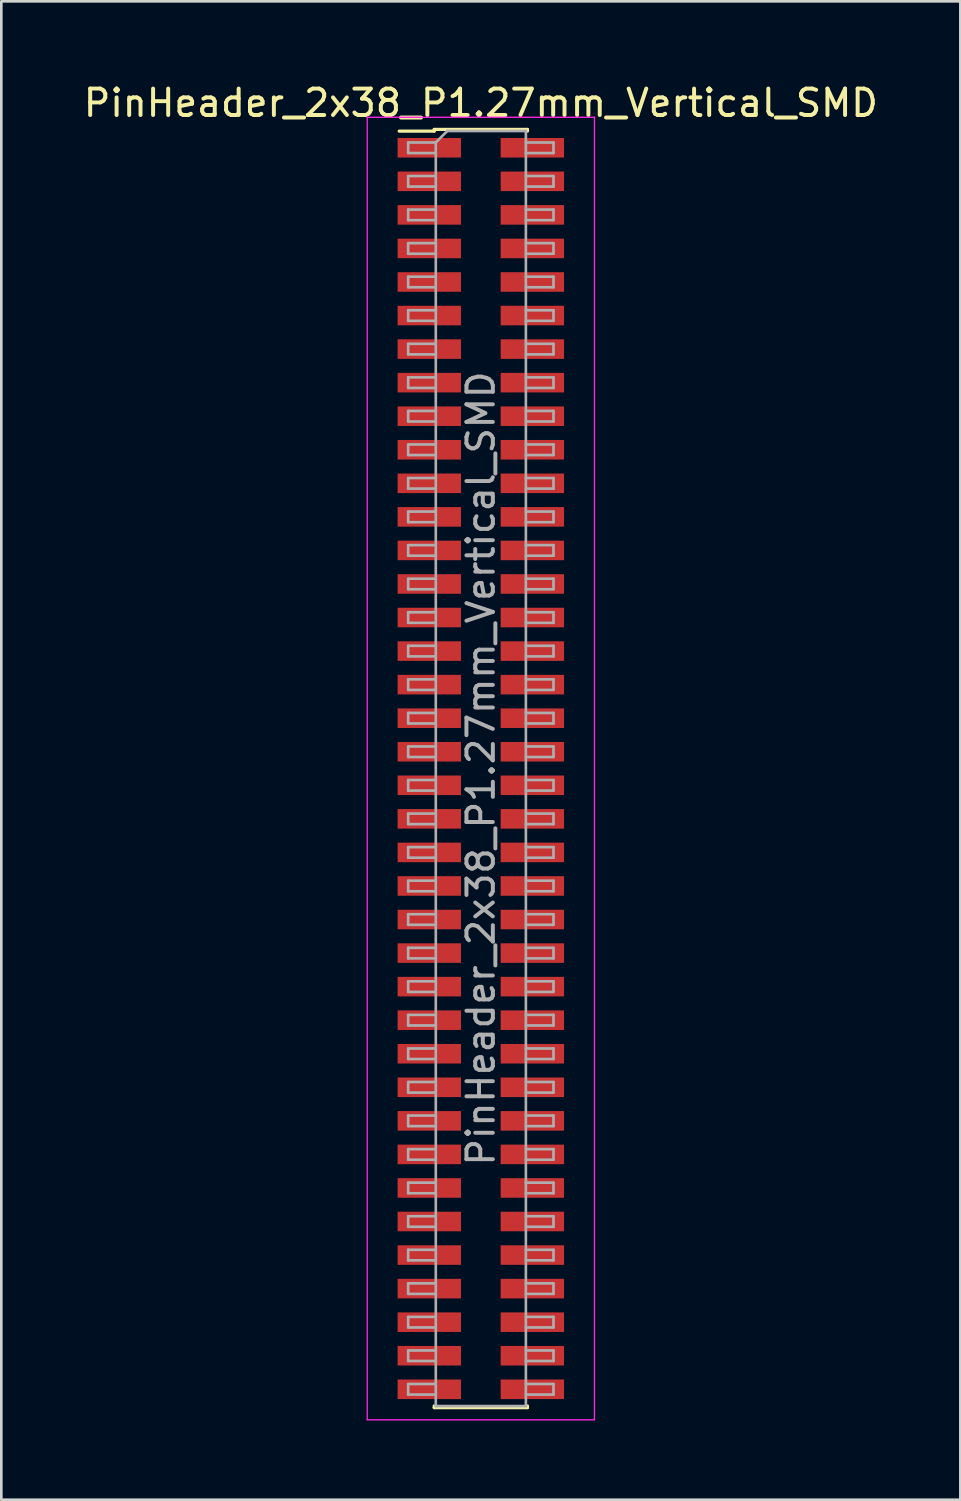
<source format=kicad_pcb>
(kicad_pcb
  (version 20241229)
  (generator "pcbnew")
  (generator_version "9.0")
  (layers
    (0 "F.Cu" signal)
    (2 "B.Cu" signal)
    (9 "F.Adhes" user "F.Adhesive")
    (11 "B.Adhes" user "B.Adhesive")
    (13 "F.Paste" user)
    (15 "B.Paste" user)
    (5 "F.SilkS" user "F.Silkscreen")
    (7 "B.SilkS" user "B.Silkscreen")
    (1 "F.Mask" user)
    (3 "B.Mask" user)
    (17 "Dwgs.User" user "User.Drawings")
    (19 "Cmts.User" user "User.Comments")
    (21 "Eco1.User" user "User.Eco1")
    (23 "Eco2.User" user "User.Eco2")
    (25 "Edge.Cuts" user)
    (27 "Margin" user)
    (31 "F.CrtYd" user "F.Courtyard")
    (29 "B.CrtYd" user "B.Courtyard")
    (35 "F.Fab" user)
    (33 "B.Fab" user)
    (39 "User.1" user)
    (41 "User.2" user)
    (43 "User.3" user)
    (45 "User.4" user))
  (footprint "PinHeader_2x38_P1.27mm_Vertical_SMD"
    (layer "F.Cu")
    (at 15.149 26.038)
    (property "Reference" "PinHeader_2x38_P1.27mm_Vertical_SMD" (at 0 -25.19 0) (layer "F.SilkS") (effects (font (size 1 1) (thickness 0.15))))
    (attr smd)
    (fp_line (start -3.09 -24.125) (end -1.765 -24.125) (stroke (width 0.12) (type solid)) (layer "F.SilkS"))
    (fp_line (start -1.765 -24.19) (end -1.765 -24.125) (stroke (width 0.12) (type solid)) (layer "F.SilkS"))
    (fp_line (start -1.765 -24.19) (end 1.765 -24.19) (stroke (width 0.12) (type solid)) (layer "F.SilkS"))
    (fp_line (start -1.765 24.125) (end -1.765 24.19) (stroke (width 0.12) (type solid)) (layer "F.SilkS"))
    (fp_line (start -1.765 24.19) (end 1.765 24.19) (stroke (width 0.12) (type solid)) (layer "F.SilkS"))
    (fp_line (start 1.765 -24.19) (end 1.765 -24.125) (stroke (width 0.12) (type solid)) (layer "F.SilkS"))
    (fp_line (start 1.765 24.125) (end 1.765 24.19) (stroke (width 0.12) (type solid)) (layer "F.SilkS"))
    (fp_line (start -4.3 -24.65) (end -4.3 24.65) (stroke (width 0.05) (type solid)) (layer "F.CrtYd"))
    (fp_line (start -4.3 24.65) (end 4.3 24.65) (stroke (width 0.05) (type solid)) (layer "F.CrtYd"))
    (fp_line (start 4.3 -24.65) (end -4.3 -24.65) (stroke (width 0.05) (type solid)) (layer "F.CrtYd"))
    (fp_line (start 4.3 24.65) (end 4.3 -24.65) (stroke (width 0.05) (type solid)) (layer "F.CrtYd"))
    (fp_line (start -2.75 -23.695) (end -2.75 -23.295) (stroke (width 0.1) (type solid)) (layer "F.Fab"))
    (fp_line (start -2.75 -23.295) (end -1.705 -23.295) (stroke (width 0.1) (type solid)) (layer "F.Fab"))
    (fp_line (start -2.75 -22.425) (end -2.75 -22.025) (stroke (width 0.1) (type solid)) (layer "F.Fab"))
    (fp_line (start -2.75 -22.025) (end -1.705 -22.025) (stroke (width 0.1) (type solid)) (layer "F.Fab"))
    (fp_line (start -2.75 -21.155) (end -2.75 -20.755) (stroke (width 0.1) (type solid)) (layer "F.Fab"))
    (fp_line (start -2.75 -20.755) (end -1.705 -20.755) (stroke (width 0.1) (type solid)) (layer "F.Fab"))
    (fp_line (start -2.75 -19.885) (end -2.75 -19.485) (stroke (width 0.1) (type solid)) (layer "F.Fab"))
    (fp_line (start -2.75 -19.485) (end -1.705 -19.485) (stroke (width 0.1) (type solid)) (layer "F.Fab"))
    (fp_line (start -2.75 -18.615) (end -2.75 -18.215) (stroke (width 0.1) (type solid)) (layer "F.Fab"))
    (fp_line (start -2.75 -18.215) (end -1.705 -18.215) (stroke (width 0.1) (type solid)) (layer "F.Fab"))
    (fp_line (start -2.75 -17.345) (end -2.75 -16.945) (stroke (width 0.1) (type solid)) (layer "F.Fab"))
    (fp_line (start -2.75 -16.945) (end -1.705 -16.945) (stroke (width 0.1) (type solid)) (layer "F.Fab"))
    (fp_line (start -2.75 -16.075) (end -2.75 -15.675) (stroke (width 0.1) (type solid)) (layer "F.Fab"))
    (fp_line (start -2.75 -15.675) (end -1.705 -15.675) (stroke (width 0.1) (type solid)) (layer "F.Fab"))
    (fp_line (start -2.75 -14.805) (end -2.75 -14.405) (stroke (width 0.1) (type solid)) (layer "F.Fab"))
    (fp_line (start -2.75 -14.405) (end -1.705 -14.405) (stroke (width 0.1) (type solid)) (layer "F.Fab"))
    (fp_line (start -2.75 -13.535) (end -2.75 -13.135) (stroke (width 0.1) (type solid)) (layer "F.Fab"))
    (fp_line (start -2.75 -13.135) (end -1.705 -13.135) (stroke (width 0.1) (type solid)) (layer "F.Fab"))
    (fp_line (start -2.75 -12.265) (end -2.75 -11.865) (stroke (width 0.1) (type solid)) (layer "F.Fab"))
    (fp_line (start -2.75 -11.865) (end -1.705 -11.865) (stroke (width 0.1) (type solid)) (layer "F.Fab"))
    (fp_line (start -2.75 -10.995) (end -2.75 -10.595) (stroke (width 0.1) (type solid)) (layer "F.Fab"))
    (fp_line (start -2.75 -10.595) (end -1.705 -10.595) (stroke (width 0.1) (type solid)) (layer "F.Fab"))
    (fp_line (start -2.75 -9.725) (end -2.75 -9.325) (stroke (width 0.1) (type solid)) (layer "F.Fab"))
    (fp_line (start -2.75 -9.325) (end -1.705 -9.325) (stroke (width 0.1) (type solid)) (layer "F.Fab"))
    (fp_line (start -2.75 -8.455) (end -2.75 -8.055) (stroke (width 0.1) (type solid)) (layer "F.Fab"))
    (fp_line (start -2.75 -8.055) (end -1.705 -8.055) (stroke (width 0.1) (type solid)) (layer "F.Fab"))
    (fp_line (start -2.75 -7.185) (end -2.75 -6.785) (stroke (width 0.1) (type solid)) (layer "F.Fab"))
    (fp_line (start -2.75 -6.785) (end -1.705 -6.785) (stroke (width 0.1) (type solid)) (layer "F.Fab"))
    (fp_line (start -2.75 -5.915) (end -2.75 -5.515) (stroke (width 0.1) (type solid)) (layer "F.Fab"))
    (fp_line (start -2.75 -5.515) (end -1.705 -5.515) (stroke (width 0.1) (type solid)) (layer "F.Fab"))
    (fp_line (start -2.75 -4.645) (end -2.75 -4.245) (stroke (width 0.1) (type solid)) (layer "F.Fab"))
    (fp_line (start -2.75 -4.245) (end -1.705 -4.245) (stroke (width 0.1) (type solid)) (layer "F.Fab"))
    (fp_line (start -2.75 -3.375) (end -2.75 -2.975) (stroke (width 0.1) (type solid)) (layer "F.Fab"))
    (fp_line (start -2.75 -2.975) (end -1.705 -2.975) (stroke (width 0.1) (type solid)) (layer "F.Fab"))
    (fp_line (start -2.75 -2.105) (end -2.75 -1.705) (stroke (width 0.1) (type solid)) (layer "F.Fab"))
    (fp_line (start -2.75 -1.705) (end -1.705 -1.705) (stroke (width 0.1) (type solid)) (layer "F.Fab"))
    (fp_line (start -2.75 -0.835) (end -2.75 -0.435) (stroke (width 0.1) (type solid)) (layer "F.Fab"))
    (fp_line (start -2.75 -0.435) (end -1.705 -0.435) (stroke (width 0.1) (type solid)) (layer "F.Fab"))
    (fp_line (start -2.75 0.435) (end -2.75 0.835) (stroke (width 0.1) (type solid)) (layer "F.Fab"))
    (fp_line (start -2.75 0.835) (end -1.705 0.835) (stroke (width 0.1) (type solid)) (layer "F.Fab"))
    (fp_line (start -2.75 1.705) (end -2.75 2.105) (stroke (width 0.1) (type solid)) (layer "F.Fab"))
    (fp_line (start -2.75 2.105) (end -1.705 2.105) (stroke (width 0.1) (type solid)) (layer "F.Fab"))
    (fp_line (start -2.75 2.975) (end -2.75 3.375) (stroke (width 0.1) (type solid)) (layer "F.Fab"))
    (fp_line (start -2.75 3.375) (end -1.705 3.375) (stroke (width 0.1) (type solid)) (layer "F.Fab"))
    (fp_line (start -2.75 4.245) (end -2.75 4.645) (stroke (width 0.1) (type solid)) (layer "F.Fab"))
    (fp_line (start -2.75 4.645) (end -1.705 4.645) (stroke (width 0.1) (type solid)) (layer "F.Fab"))
    (fp_line (start -2.75 5.515) (end -2.75 5.915) (stroke (width 0.1) (type solid)) (layer "F.Fab"))
    (fp_line (start -2.75 5.915) (end -1.705 5.915) (stroke (width 0.1) (type solid)) (layer "F.Fab"))
    (fp_line (start -2.75 6.785) (end -2.75 7.185) (stroke (width 0.1) (type solid)) (layer "F.Fab"))
    (fp_line (start -2.75 7.185) (end -1.705 7.185) (stroke (width 0.1) (type solid)) (layer "F.Fab"))
    (fp_line (start -2.75 8.055) (end -2.75 8.455) (stroke (width 0.1) (type solid)) (layer "F.Fab"))
    (fp_line (start -2.75 8.455) (end -1.705 8.455) (stroke (width 0.1) (type solid)) (layer "F.Fab"))
    (fp_line (start -2.75 9.325) (end -2.75 9.725) (stroke (width 0.1) (type solid)) (layer "F.Fab"))
    (fp_line (start -2.75 9.725) (end -1.705 9.725) (stroke (width 0.1) (type solid)) (layer "F.Fab"))
    (fp_line (start -2.75 10.595) (end -2.75 10.995) (stroke (width 0.1) (type solid)) (layer "F.Fab"))
    (fp_line (start -2.75 10.995) (end -1.705 10.995) (stroke (width 0.1) (type solid)) (layer "F.Fab"))
    (fp_line (start -2.75 11.865) (end -2.75 12.265) (stroke (width 0.1) (type solid)) (layer "F.Fab"))
    (fp_line (start -2.75 12.265) (end -1.705 12.265) (stroke (width 0.1) (type solid)) (layer "F.Fab"))
    (fp_line (start -2.75 13.135) (end -2.75 13.535) (stroke (width 0.1) (type solid)) (layer "F.Fab"))
    (fp_line (start -2.75 13.535) (end -1.705 13.535) (stroke (width 0.1) (type solid)) (layer "F.Fab"))
    (fp_line (start -2.75 14.405) (end -2.75 14.805) (stroke (width 0.1) (type solid)) (layer "F.Fab"))
    (fp_line (start -2.75 14.805) (end -1.705 14.805) (stroke (width 0.1) (type solid)) (layer "F.Fab"))
    (fp_line (start -2.75 15.675) (end -2.75 16.075) (stroke (width 0.1) (type solid)) (layer "F.Fab"))
    (fp_line (start -2.75 16.075) (end -1.705 16.075) (stroke (width 0.1) (type solid)) (layer "F.Fab"))
    (fp_line (start -2.75 16.945) (end -2.75 17.345) (stroke (width 0.1) (type solid)) (layer "F.Fab"))
    (fp_line (start -2.75 17.345) (end -1.705 17.345) (stroke (width 0.1) (type solid)) (layer "F.Fab"))
    (fp_line (start -2.75 18.215) (end -2.75 18.615) (stroke (width 0.1) (type solid)) (layer "F.Fab"))
    (fp_line (start -2.75 18.615) (end -1.705 18.615) (stroke (width 0.1) (type solid)) (layer "F.Fab"))
    (fp_line (start -2.75 19.485) (end -2.75 19.885) (stroke (width 0.1) (type solid)) (layer "F.Fab"))
    (fp_line (start -2.75 19.885) (end -1.705 19.885) (stroke (width 0.1) (type solid)) (layer "F.Fab"))
    (fp_line (start -2.75 20.755) (end -2.75 21.155) (stroke (width 0.1) (type solid)) (layer "F.Fab"))
    (fp_line (start -2.75 21.155) (end -1.705 21.155) (stroke (width 0.1) (type solid)) (layer "F.Fab"))
    (fp_line (start -2.75 22.025) (end -2.75 22.425) (stroke (width 0.1) (type solid)) (layer "F.Fab"))
    (fp_line (start -2.75 22.425) (end -1.705 22.425) (stroke (width 0.1) (type solid)) (layer "F.Fab"))
    (fp_line (start -2.75 23.295) (end -2.75 23.695) (stroke (width 0.1) (type solid)) (layer "F.Fab"))
    (fp_line (start -2.75 23.695) (end -1.705 23.695) (stroke (width 0.1) (type solid)) (layer "F.Fab"))
    (fp_line (start -1.705 -23.695) (end -2.75 -23.695) (stroke (width 0.1) (type solid)) (layer "F.Fab"))
    (fp_line (start -1.705 -23.695) (end -1.27 -24.13) (stroke (width 0.1) (type solid)) (layer "F.Fab"))
    (fp_line (start -1.705 -22.425) (end -2.75 -22.425) (stroke (width 0.1) (type solid)) (layer "F.Fab"))
    (fp_line (start -1.705 -21.155) (end -2.75 -21.155) (stroke (width 0.1) (type solid)) (layer "F.Fab"))
    (fp_line (start -1.705 -19.885) (end -2.75 -19.885) (stroke (width 0.1) (type solid)) (layer "F.Fab"))
    (fp_line (start -1.705 -18.615) (end -2.75 -18.615) (stroke (width 0.1) (type solid)) (layer "F.Fab"))
    (fp_line (start -1.705 -17.345) (end -2.75 -17.345) (stroke (width 0.1) (type solid)) (layer "F.Fab"))
    (fp_line (start -1.705 -16.075) (end -2.75 -16.075) (stroke (width 0.1) (type solid)) (layer "F.Fab"))
    (fp_line (start -1.705 -14.805) (end -2.75 -14.805) (stroke (width 0.1) (type solid)) (layer "F.Fab"))
    (fp_line (start -1.705 -13.535) (end -2.75 -13.535) (stroke (width 0.1) (type solid)) (layer "F.Fab"))
    (fp_line (start -1.705 -12.265) (end -2.75 -12.265) (stroke (width 0.1) (type solid)) (layer "F.Fab"))
    (fp_line (start -1.705 -10.995) (end -2.75 -10.995) (stroke (width 0.1) (type solid)) (layer "F.Fab"))
    (fp_line (start -1.705 -9.725) (end -2.75 -9.725) (stroke (width 0.1) (type solid)) (layer "F.Fab"))
    (fp_line (start -1.705 -8.455) (end -2.75 -8.455) (stroke (width 0.1) (type solid)) (layer "F.Fab"))
    (fp_line (start -1.705 -7.185) (end -2.75 -7.185) (stroke (width 0.1) (type solid)) (layer "F.Fab"))
    (fp_line (start -1.705 -5.915) (end -2.75 -5.915) (stroke (width 0.1) (type solid)) (layer "F.Fab"))
    (fp_line (start -1.705 -4.645) (end -2.75 -4.645) (stroke (width 0.1) (type solid)) (layer "F.Fab"))
    (fp_line (start -1.705 -3.375) (end -2.75 -3.375) (stroke (width 0.1) (type solid)) (layer "F.Fab"))
    (fp_line (start -1.705 -2.105) (end -2.75 -2.105) (stroke (width 0.1) (type solid)) (layer "F.Fab"))
    (fp_line (start -1.705 -0.835) (end -2.75 -0.835) (stroke (width 0.1) (type solid)) (layer "F.Fab"))
    (fp_line (start -1.705 0.435) (end -2.75 0.435) (stroke (width 0.1) (type solid)) (layer "F.Fab"))
    (fp_line (start -1.705 1.705) (end -2.75 1.705) (stroke (width 0.1) (type solid)) (layer "F.Fab"))
    (fp_line (start -1.705 2.975) (end -2.75 2.975) (stroke (width 0.1) (type solid)) (layer "F.Fab"))
    (fp_line (start -1.705 4.245) (end -2.75 4.245) (stroke (width 0.1) (type solid)) (layer "F.Fab"))
    (fp_line (start -1.705 5.515) (end -2.75 5.515) (stroke (width 0.1) (type solid)) (layer "F.Fab"))
    (fp_line (start -1.705 6.785) (end -2.75 6.785) (stroke (width 0.1) (type solid)) (layer "F.Fab"))
    (fp_line (start -1.705 8.055) (end -2.75 8.055) (stroke (width 0.1) (type solid)) (layer "F.Fab"))
    (fp_line (start -1.705 9.325) (end -2.75 9.325) (stroke (width 0.1) (type solid)) (layer "F.Fab"))
    (fp_line (start -1.705 10.595) (end -2.75 10.595) (stroke (width 0.1) (type solid)) (layer "F.Fab"))
    (fp_line (start -1.705 11.865) (end -2.75 11.865) (stroke (width 0.1) (type solid)) (layer "F.Fab"))
    (fp_line (start -1.705 13.135) (end -2.75 13.135) (stroke (width 0.1) (type solid)) (layer "F.Fab"))
    (fp_line (start -1.705 14.405) (end -2.75 14.405) (stroke (width 0.1) (type solid)) (layer "F.Fab"))
    (fp_line (start -1.705 15.675) (end -2.75 15.675) (stroke (width 0.1) (type solid)) (layer "F.Fab"))
    (fp_line (start -1.705 16.945) (end -2.75 16.945) (stroke (width 0.1) (type solid)) (layer "F.Fab"))
    (fp_line (start -1.705 18.215) (end -2.75 18.215) (stroke (width 0.1) (type solid)) (layer "F.Fab"))
    (fp_line (start -1.705 19.485) (end -2.75 19.485) (stroke (width 0.1) (type solid)) (layer "F.Fab"))
    (fp_line (start -1.705 20.755) (end -2.75 20.755) (stroke (width 0.1) (type solid)) (layer "F.Fab"))
    (fp_line (start -1.705 22.025) (end -2.75 22.025) (stroke (width 0.1) (type solid)) (layer "F.Fab"))
    (fp_line (start -1.705 23.295) (end -2.75 23.295) (stroke (width 0.1) (type solid)) (layer "F.Fab"))
    (fp_line (start -1.705 24.13) (end -1.705 -23.695) (stroke (width 0.1) (type solid)) (layer "F.Fab"))
    (fp_line (start -1.27 -24.13) (end 1.705 -24.13) (stroke (width 0.1) (type solid)) (layer "F.Fab"))
    (fp_line (start 1.705 -24.13) (end 1.705 24.13) (stroke (width 0.1) (type solid)) (layer "F.Fab"))
    (fp_line (start 1.705 -23.695) (end 2.75 -23.695) (stroke (width 0.1) (type solid)) (layer "F.Fab"))
    (fp_line (start 1.705 -22.425) (end 2.75 -22.425) (stroke (width 0.1) (type solid)) (layer "F.Fab"))
    (fp_line (start 1.705 -21.155) (end 2.75 -21.155) (stroke (width 0.1) (type solid)) (layer "F.Fab"))
    (fp_line (start 1.705 -19.885) (end 2.75 -19.885) (stroke (width 0.1) (type solid)) (layer "F.Fab"))
    (fp_line (start 1.705 -18.615) (end 2.75 -18.615) (stroke (width 0.1) (type solid)) (layer "F.Fab"))
    (fp_line (start 1.705 -17.345) (end 2.75 -17.345) (stroke (width 0.1) (type solid)) (layer "F.Fab"))
    (fp_line (start 1.705 -16.075) (end 2.75 -16.075) (stroke (width 0.1) (type solid)) (layer "F.Fab"))
    (fp_line (start 1.705 -14.805) (end 2.75 -14.805) (stroke (width 0.1) (type solid)) (layer "F.Fab"))
    (fp_line (start 1.705 -13.535) (end 2.75 -13.535) (stroke (width 0.1) (type solid)) (layer "F.Fab"))
    (fp_line (start 1.705 -12.265) (end 2.75 -12.265) (stroke (width 0.1) (type solid)) (layer "F.Fab"))
    (fp_line (start 1.705 -10.995) (end 2.75 -10.995) (stroke (width 0.1) (type solid)) (layer "F.Fab"))
    (fp_line (start 1.705 -9.725) (end 2.75 -9.725) (stroke (width 0.1) (type solid)) (layer "F.Fab"))
    (fp_line (start 1.705 -8.455) (end 2.75 -8.455) (stroke (width 0.1) (type solid)) (layer "F.Fab"))
    (fp_line (start 1.705 -7.185) (end 2.75 -7.185) (stroke (width 0.1) (type solid)) (layer "F.Fab"))
    (fp_line (start 1.705 -5.915) (end 2.75 -5.915) (stroke (width 0.1) (type solid)) (layer "F.Fab"))
    (fp_line (start 1.705 -4.645) (end 2.75 -4.645) (stroke (width 0.1) (type solid)) (layer "F.Fab"))
    (fp_line (start 1.705 -3.375) (end 2.75 -3.375) (stroke (width 0.1) (type solid)) (layer "F.Fab"))
    (fp_line (start 1.705 -2.105) (end 2.75 -2.105) (stroke (width 0.1) (type solid)) (layer "F.Fab"))
    (fp_line (start 1.705 -0.835) (end 2.75 -0.835) (stroke (width 0.1) (type solid)) (layer "F.Fab"))
    (fp_line (start 1.705 0.435) (end 2.75 0.435) (stroke (width 0.1) (type solid)) (layer "F.Fab"))
    (fp_line (start 1.705 1.705) (end 2.75 1.705) (stroke (width 0.1) (type solid)) (layer "F.Fab"))
    (fp_line (start 1.705 2.975) (end 2.75 2.975) (stroke (width 0.1) (type solid)) (layer "F.Fab"))
    (fp_line (start 1.705 4.245) (end 2.75 4.245) (stroke (width 0.1) (type solid)) (layer "F.Fab"))
    (fp_line (start 1.705 5.515) (end 2.75 5.515) (stroke (width 0.1) (type solid)) (layer "F.Fab"))
    (fp_line (start 1.705 6.785) (end 2.75 6.785) (stroke (width 0.1) (type solid)) (layer "F.Fab"))
    (fp_line (start 1.705 8.055) (end 2.75 8.055) (stroke (width 0.1) (type solid)) (layer "F.Fab"))
    (fp_line (start 1.705 9.325) (end 2.75 9.325) (stroke (width 0.1) (type solid)) (layer "F.Fab"))
    (fp_line (start 1.705 10.595) (end 2.75 10.595) (stroke (width 0.1) (type solid)) (layer "F.Fab"))
    (fp_line (start 1.705 11.865) (end 2.75 11.865) (stroke (width 0.1) (type solid)) (layer "F.Fab"))
    (fp_line (start 1.705 13.135) (end 2.75 13.135) (stroke (width 0.1) (type solid)) (layer "F.Fab"))
    (fp_line (start 1.705 14.405) (end 2.75 14.405) (stroke (width 0.1) (type solid)) (layer "F.Fab"))
    (fp_line (start 1.705 15.675) (end 2.75 15.675) (stroke (width 0.1) (type solid)) (layer "F.Fab"))
    (fp_line (start 1.705 16.945) (end 2.75 16.945) (stroke (width 0.1) (type solid)) (layer "F.Fab"))
    (fp_line (start 1.705 18.215) (end 2.75 18.215) (stroke (width 0.1) (type solid)) (layer "F.Fab"))
    (fp_line (start 1.705 19.485) (end 2.75 19.485) (stroke (width 0.1) (type solid)) (layer "F.Fab"))
    (fp_line (start 1.705 20.755) (end 2.75 20.755) (stroke (width 0.1) (type solid)) (layer "F.Fab"))
    (fp_line (start 1.705 22.025) (end 2.75 22.025) (stroke (width 0.1) (type solid)) (layer "F.Fab"))
    (fp_line (start 1.705 23.295) (end 2.75 23.295) (stroke (width 0.1) (type solid)) (layer "F.Fab"))
    (fp_line (start 1.705 24.13) (end -1.705 24.13) (stroke (width 0.1) (type solid)) (layer "F.Fab"))
    (fp_line (start 2.75 -23.695) (end 2.75 -23.295) (stroke (width 0.1) (type solid)) (layer "F.Fab"))
    (fp_line (start 2.75 -23.295) (end 1.705 -23.295) (stroke (width 0.1) (type solid)) (layer "F.Fab"))
    (fp_line (start 2.75 -22.425) (end 2.75 -22.025) (stroke (width 0.1) (type solid)) (layer "F.Fab"))
    (fp_line (start 2.75 -22.025) (end 1.705 -22.025) (stroke (width 0.1) (type solid)) (layer "F.Fab"))
    (fp_line (start 2.75 -21.155) (end 2.75 -20.755) (stroke (width 0.1) (type solid)) (layer "F.Fab"))
    (fp_line (start 2.75 -20.755) (end 1.705 -20.755) (stroke (width 0.1) (type solid)) (layer "F.Fab"))
    (fp_line (start 2.75 -19.885) (end 2.75 -19.485) (stroke (width 0.1) (type solid)) (layer "F.Fab"))
    (fp_line (start 2.75 -19.485) (end 1.705 -19.485) (stroke (width 0.1) (type solid)) (layer "F.Fab"))
    (fp_line (start 2.75 -18.615) (end 2.75 -18.215) (stroke (width 0.1) (type solid)) (layer "F.Fab"))
    (fp_line (start 2.75 -18.215) (end 1.705 -18.215) (stroke (width 0.1) (type solid)) (layer "F.Fab"))
    (fp_line (start 2.75 -17.345) (end 2.75 -16.945) (stroke (width 0.1) (type solid)) (layer "F.Fab"))
    (fp_line (start 2.75 -16.945) (end 1.705 -16.945) (stroke (width 0.1) (type solid)) (layer "F.Fab"))
    (fp_line (start 2.75 -16.075) (end 2.75 -15.675) (stroke (width 0.1) (type solid)) (layer "F.Fab"))
    (fp_line (start 2.75 -15.675) (end 1.705 -15.675) (stroke (width 0.1) (type solid)) (layer "F.Fab"))
    (fp_line (start 2.75 -14.805) (end 2.75 -14.405) (stroke (width 0.1) (type solid)) (layer "F.Fab"))
    (fp_line (start 2.75 -14.405) (end 1.705 -14.405) (stroke (width 0.1) (type solid)) (layer "F.Fab"))
    (fp_line (start 2.75 -13.535) (end 2.75 -13.135) (stroke (width 0.1) (type solid)) (layer "F.Fab"))
    (fp_line (start 2.75 -13.135) (end 1.705 -13.135) (stroke (width 0.1) (type solid)) (layer "F.Fab"))
    (fp_line (start 2.75 -12.265) (end 2.75 -11.865) (stroke (width 0.1) (type solid)) (layer "F.Fab"))
    (fp_line (start 2.75 -11.865) (end 1.705 -11.865) (stroke (width 0.1) (type solid)) (layer "F.Fab"))
    (fp_line (start 2.75 -10.995) (end 2.75 -10.595) (stroke (width 0.1) (type solid)) (layer "F.Fab"))
    (fp_line (start 2.75 -10.595) (end 1.705 -10.595) (stroke (width 0.1) (type solid)) (layer "F.Fab"))
    (fp_line (start 2.75 -9.725) (end 2.75 -9.325) (stroke (width 0.1) (type solid)) (layer "F.Fab"))
    (fp_line (start 2.75 -9.325) (end 1.705 -9.325) (stroke (width 0.1) (type solid)) (layer "F.Fab"))
    (fp_line (start 2.75 -8.455) (end 2.75 -8.055) (stroke (width 0.1) (type solid)) (layer "F.Fab"))
    (fp_line (start 2.75 -8.055) (end 1.705 -8.055) (stroke (width 0.1) (type solid)) (layer "F.Fab"))
    (fp_line (start 2.75 -7.185) (end 2.75 -6.785) (stroke (width 0.1) (type solid)) (layer "F.Fab"))
    (fp_line (start 2.75 -6.785) (end 1.705 -6.785) (stroke (width 0.1) (type solid)) (layer "F.Fab"))
    (fp_line (start 2.75 -5.915) (end 2.75 -5.515) (stroke (width 0.1) (type solid)) (layer "F.Fab"))
    (fp_line (start 2.75 -5.515) (end 1.705 -5.515) (stroke (width 0.1) (type solid)) (layer "F.Fab"))
    (fp_line (start 2.75 -4.645) (end 2.75 -4.245) (stroke (width 0.1) (type solid)) (layer "F.Fab"))
    (fp_line (start 2.75 -4.245) (end 1.705 -4.245) (stroke (width 0.1) (type solid)) (layer "F.Fab"))
    (fp_line (start 2.75 -3.375) (end 2.75 -2.975) (stroke (width 0.1) (type solid)) (layer "F.Fab"))
    (fp_line (start 2.75 -2.975) (end 1.705 -2.975) (stroke (width 0.1) (type solid)) (layer "F.Fab"))
    (fp_line (start 2.75 -2.105) (end 2.75 -1.705) (stroke (width 0.1) (type solid)) (layer "F.Fab"))
    (fp_line (start 2.75 -1.705) (end 1.705 -1.705) (stroke (width 0.1) (type solid)) (layer "F.Fab"))
    (fp_line (start 2.75 -0.835) (end 2.75 -0.435) (stroke (width 0.1) (type solid)) (layer "F.Fab"))
    (fp_line (start 2.75 -0.435) (end 1.705 -0.435) (stroke (width 0.1) (type solid)) (layer "F.Fab"))
    (fp_line (start 2.75 0.435) (end 2.75 0.835) (stroke (width 0.1) (type solid)) (layer "F.Fab"))
    (fp_line (start 2.75 0.835) (end 1.705 0.835) (stroke (width 0.1) (type solid)) (layer "F.Fab"))
    (fp_line (start 2.75 1.705) (end 2.75 2.105) (stroke (width 0.1) (type solid)) (layer "F.Fab"))
    (fp_line (start 2.75 2.105) (end 1.705 2.105) (stroke (width 0.1) (type solid)) (layer "F.Fab"))
    (fp_line (start 2.75 2.975) (end 2.75 3.375) (stroke (width 0.1) (type solid)) (layer "F.Fab"))
    (fp_line (start 2.75 3.375) (end 1.705 3.375) (stroke (width 0.1) (type solid)) (layer "F.Fab"))
    (fp_line (start 2.75 4.245) (end 2.75 4.645) (stroke (width 0.1) (type solid)) (layer "F.Fab"))
    (fp_line (start 2.75 4.645) (end 1.705 4.645) (stroke (width 0.1) (type solid)) (layer "F.Fab"))
    (fp_line (start 2.75 5.515) (end 2.75 5.915) (stroke (width 0.1) (type solid)) (layer "F.Fab"))
    (fp_line (start 2.75 5.915) (end 1.705 5.915) (stroke (width 0.1) (type solid)) (layer "F.Fab"))
    (fp_line (start 2.75 6.785) (end 2.75 7.185) (stroke (width 0.1) (type solid)) (layer "F.Fab"))
    (fp_line (start 2.75 7.185) (end 1.705 7.185) (stroke (width 0.1) (type solid)) (layer "F.Fab"))
    (fp_line (start 2.75 8.055) (end 2.75 8.455) (stroke (width 0.1) (type solid)) (layer "F.Fab"))
    (fp_line (start 2.75 8.455) (end 1.705 8.455) (stroke (width 0.1) (type solid)) (layer "F.Fab"))
    (fp_line (start 2.75 9.325) (end 2.75 9.725) (stroke (width 0.1) (type solid)) (layer "F.Fab"))
    (fp_line (start 2.75 9.725) (end 1.705 9.725) (stroke (width 0.1) (type solid)) (layer "F.Fab"))
    (fp_line (start 2.75 10.595) (end 2.75 10.995) (stroke (width 0.1) (type solid)) (layer "F.Fab"))
    (fp_line (start 2.75 10.995) (end 1.705 10.995) (stroke (width 0.1) (type solid)) (layer "F.Fab"))
    (fp_line (start 2.75 11.865) (end 2.75 12.265) (stroke (width 0.1) (type solid)) (layer "F.Fab"))
    (fp_line (start 2.75 12.265) (end 1.705 12.265) (stroke (width 0.1) (type solid)) (layer "F.Fab"))
    (fp_line (start 2.75 13.135) (end 2.75 13.535) (stroke (width 0.1) (type solid)) (layer "F.Fab"))
    (fp_line (start 2.75 13.535) (end 1.705 13.535) (stroke (width 0.1) (type solid)) (layer "F.Fab"))
    (fp_line (start 2.75 14.405) (end 2.75 14.805) (stroke (width 0.1) (type solid)) (layer "F.Fab"))
    (fp_line (start 2.75 14.805) (end 1.705 14.805) (stroke (width 0.1) (type solid)) (layer "F.Fab"))
    (fp_line (start 2.75 15.675) (end 2.75 16.075) (stroke (width 0.1) (type solid)) (layer "F.Fab"))
    (fp_line (start 2.75 16.075) (end 1.705 16.075) (stroke (width 0.1) (type solid)) (layer "F.Fab"))
    (fp_line (start 2.75 16.945) (end 2.75 17.345) (stroke (width 0.1) (type solid)) (layer "F.Fab"))
    (fp_line (start 2.75 17.345) (end 1.705 17.345) (stroke (width 0.1) (type solid)) (layer "F.Fab"))
    (fp_line (start 2.75 18.215) (end 2.75 18.615) (stroke (width 0.1) (type solid)) (layer "F.Fab"))
    (fp_line (start 2.75 18.615) (end 1.705 18.615) (stroke (width 0.1) (type solid)) (layer "F.Fab"))
    (fp_line (start 2.75 19.485) (end 2.75 19.885) (stroke (width 0.1) (type solid)) (layer "F.Fab"))
    (fp_line (start 2.75 19.885) (end 1.705 19.885) (stroke (width 0.1) (type solid)) (layer "F.Fab"))
    (fp_line (start 2.75 20.755) (end 2.75 21.155) (stroke (width 0.1) (type solid)) (layer "F.Fab"))
    (fp_line (start 2.75 21.155) (end 1.705 21.155) (stroke (width 0.1) (type solid)) (layer "F.Fab"))
    (fp_line (start 2.75 22.025) (end 2.75 22.425) (stroke (width 0.1) (type solid)) (layer "F.Fab"))
    (fp_line (start 2.75 22.425) (end 1.705 22.425) (stroke (width 0.1) (type solid)) (layer "F.Fab"))
    (fp_line (start 2.75 23.295) (end 2.75 23.695) (stroke (width 0.1) (type solid)) (layer "F.Fab"))
    (fp_line (start 2.75 23.695) (end 1.705 23.695) (stroke (width 0.1) (type solid)) (layer "F.Fab"))
    (fp_text user "${REFERENCE}" (at 0 0 90) (layer "F.Fab") (effects (font (size 1 1) (thickness 0.15))))
    (pad "1" smd rect (at -1.95 -23.495) (size 2.4 0.74) (layers "F.Cu" "F.Mask" "F.Paste"))
    (pad "2" smd rect (at 1.95 -23.495) (size 2.4 0.74) (layers "F.Cu" "F.Mask" "F.Paste"))
    (pad "3" smd rect (at -1.95 -22.225) (size 2.4 0.74) (layers "F.Cu" "F.Mask" "F.Paste"))
    (pad "4" smd rect (at 1.95 -22.225) (size 2.4 0.74) (layers "F.Cu" "F.Mask" "F.Paste"))
    (pad "5" smd rect (at -1.95 -20.955) (size 2.4 0.74) (layers "F.Cu" "F.Mask" "F.Paste"))
    (pad "6" smd rect (at 1.95 -20.955) (size 2.4 0.74) (layers "F.Cu" "F.Mask" "F.Paste"))
    (pad "7" smd rect (at -1.95 -19.685) (size 2.4 0.74) (layers "F.Cu" "F.Mask" "F.Paste"))
    (pad "8" smd rect (at 1.95 -19.685) (size 2.4 0.74) (layers "F.Cu" "F.Mask" "F.Paste"))
    (pad "9" smd rect (at -1.95 -18.415) (size 2.4 0.74) (layers "F.Cu" "F.Mask" "F.Paste"))
    (pad "10" smd rect (at 1.95 -18.415) (size 2.4 0.74) (layers "F.Cu" "F.Mask" "F.Paste"))
    (pad "11" smd rect (at -1.95 -17.145) (size 2.4 0.74) (layers "F.Cu" "F.Mask" "F.Paste"))
    (pad "12" smd rect (at 1.95 -17.145) (size 2.4 0.74) (layers "F.Cu" "F.Mask" "F.Paste"))
    (pad "13" smd rect (at -1.95 -15.875) (size 2.4 0.74) (layers "F.Cu" "F.Mask" "F.Paste"))
    (pad "14" smd rect (at 1.95 -15.875) (size 2.4 0.74) (layers "F.Cu" "F.Mask" "F.Paste"))
    (pad "15" smd rect (at -1.95 -14.605) (size 2.4 0.74) (layers "F.Cu" "F.Mask" "F.Paste"))
    (pad "16" smd rect (at 1.95 -14.605) (size 2.4 0.74) (layers "F.Cu" "F.Mask" "F.Paste"))
    (pad "17" smd rect (at -1.95 -13.335) (size 2.4 0.74) (layers "F.Cu" "F.Mask" "F.Paste"))
    (pad "18" smd rect (at 1.95 -13.335) (size 2.4 0.74) (layers "F.Cu" "F.Mask" "F.Paste"))
    (pad "19" smd rect (at -1.95 -12.065) (size 2.4 0.74) (layers "F.Cu" "F.Mask" "F.Paste"))
    (pad "20" smd rect (at 1.95 -12.065) (size 2.4 0.74) (layers "F.Cu" "F.Mask" "F.Paste"))
    (pad "21" smd rect (at -1.95 -10.795) (size 2.4 0.74) (layers "F.Cu" "F.Mask" "F.Paste"))
    (pad "22" smd rect (at 1.95 -10.795) (size 2.4 0.74) (layers "F.Cu" "F.Mask" "F.Paste"))
    (pad "23" smd rect (at -1.95 -9.525) (size 2.4 0.74) (layers "F.Cu" "F.Mask" "F.Paste"))
    (pad "24" smd rect (at 1.95 -9.525) (size 2.4 0.74) (layers "F.Cu" "F.Mask" "F.Paste"))
    (pad "25" smd rect (at -1.95 -8.255) (size 2.4 0.74) (layers "F.Cu" "F.Mask" "F.Paste"))
    (pad "26" smd rect (at 1.95 -8.255) (size 2.4 0.74) (layers "F.Cu" "F.Mask" "F.Paste"))
    (pad "27" smd rect (at -1.95 -6.985) (size 2.4 0.74) (layers "F.Cu" "F.Mask" "F.Paste"))
    (pad "28" smd rect (at 1.95 -6.985) (size 2.4 0.74) (layers "F.Cu" "F.Mask" "F.Paste"))
    (pad "29" smd rect (at -1.95 -5.715) (size 2.4 0.74) (layers "F.Cu" "F.Mask" "F.Paste"))
    (pad "30" smd rect (at 1.95 -5.715) (size 2.4 0.74) (layers "F.Cu" "F.Mask" "F.Paste"))
    (pad "31" smd rect (at -1.95 -4.445) (size 2.4 0.74) (layers "F.Cu" "F.Mask" "F.Paste"))
    (pad "32" smd rect (at 1.95 -4.445) (size 2.4 0.74) (layers "F.Cu" "F.Mask" "F.Paste"))
    (pad "33" smd rect (at -1.95 -3.175) (size 2.4 0.74) (layers "F.Cu" "F.Mask" "F.Paste"))
    (pad "34" smd rect (at 1.95 -3.175) (size 2.4 0.74) (layers "F.Cu" "F.Mask" "F.Paste"))
    (pad "35" smd rect (at -1.95 -1.905) (size 2.4 0.74) (layers "F.Cu" "F.Mask" "F.Paste"))
    (pad "36" smd rect (at 1.95 -1.905) (size 2.4 0.74) (layers "F.Cu" "F.Mask" "F.Paste"))
    (pad "37" smd rect (at -1.95 -0.635) (size 2.4 0.74) (layers "F.Cu" "F.Mask" "F.Paste"))
    (pad "38" smd rect (at 1.95 -0.635) (size 2.4 0.74) (layers "F.Cu" "F.Mask" "F.Paste"))
    (pad "39" smd rect (at -1.95 0.635) (size 2.4 0.74) (layers "F.Cu" "F.Mask" "F.Paste"))
    (pad "40" smd rect (at 1.95 0.635) (size 2.4 0.74) (layers "F.Cu" "F.Mask" "F.Paste"))
    (pad "41" smd rect (at -1.95 1.905) (size 2.4 0.74) (layers "F.Cu" "F.Mask" "F.Paste"))
    (pad "42" smd rect (at 1.95 1.905) (size 2.4 0.74) (layers "F.Cu" "F.Mask" "F.Paste"))
    (pad "43" smd rect (at -1.95 3.175) (size 2.4 0.74) (layers "F.Cu" "F.Mask" "F.Paste"))
    (pad "44" smd rect (at 1.95 3.175) (size 2.4 0.74) (layers "F.Cu" "F.Mask" "F.Paste"))
    (pad "45" smd rect (at -1.95 4.445) (size 2.4 0.74) (layers "F.Cu" "F.Mask" "F.Paste"))
    (pad "46" smd rect (at 1.95 4.445) (size 2.4 0.74) (layers "F.Cu" "F.Mask" "F.Paste"))
    (pad "47" smd rect (at -1.95 5.715) (size 2.4 0.74) (layers "F.Cu" "F.Mask" "F.Paste"))
    (pad "48" smd rect (at 1.95 5.715) (size 2.4 0.74) (layers "F.Cu" "F.Mask" "F.Paste"))
    (pad "49" smd rect (at -1.95 6.985) (size 2.4 0.74) (layers "F.Cu" "F.Mask" "F.Paste"))
    (pad "50" smd rect (at 1.95 6.985) (size 2.4 0.74) (layers "F.Cu" "F.Mask" "F.Paste"))
    (pad "51" smd rect (at -1.95 8.255) (size 2.4 0.74) (layers "F.Cu" "F.Mask" "F.Paste"))
    (pad "52" smd rect (at 1.95 8.255) (size 2.4 0.74) (layers "F.Cu" "F.Mask" "F.Paste"))
    (pad "53" smd rect (at -1.95 9.525) (size 2.4 0.74) (layers "F.Cu" "F.Mask" "F.Paste"))
    (pad "54" smd rect (at 1.95 9.525) (size 2.4 0.74) (layers "F.Cu" "F.Mask" "F.Paste"))
    (pad "55" smd rect (at -1.95 10.795) (size 2.4 0.74) (layers "F.Cu" "F.Mask" "F.Paste"))
    (pad "56" smd rect (at 1.95 10.795) (size 2.4 0.74) (layers "F.Cu" "F.Mask" "F.Paste"))
    (pad "57" smd rect (at -1.95 12.065) (size 2.4 0.74) (layers "F.Cu" "F.Mask" "F.Paste"))
    (pad "58" smd rect (at 1.95 12.065) (size 2.4 0.74) (layers "F.Cu" "F.Mask" "F.Paste"))
    (pad "59" smd rect (at -1.95 13.335) (size 2.4 0.74) (layers "F.Cu" "F.Mask" "F.Paste"))
    (pad "60" smd rect (at 1.95 13.335) (size 2.4 0.74) (layers "F.Cu" "F.Mask" "F.Paste"))
    (pad "61" smd rect (at -1.95 14.605) (size 2.4 0.74) (layers "F.Cu" "F.Mask" "F.Paste"))
    (pad "62" smd rect (at 1.95 14.605) (size 2.4 0.74) (layers "F.Cu" "F.Mask" "F.Paste"))
    (pad "63" smd rect (at -1.95 15.875) (size 2.4 0.74) (layers "F.Cu" "F.Mask" "F.Paste"))
    (pad "64" smd rect (at 1.95 15.875) (size 2.4 0.74) (layers "F.Cu" "F.Mask" "F.Paste"))
    (pad "65" smd rect (at -1.95 17.145) (size 2.4 0.74) (layers "F.Cu" "F.Mask" "F.Paste"))
    (pad "66" smd rect (at 1.95 17.145) (size 2.4 0.74) (layers "F.Cu" "F.Mask" "F.Paste"))
    (pad "67" smd rect (at -1.95 18.415) (size 2.4 0.74) (layers "F.Cu" "F.Mask" "F.Paste"))
    (pad "68" smd rect (at 1.95 18.415) (size 2.4 0.74) (layers "F.Cu" "F.Mask" "F.Paste"))
    (pad "69" smd rect (at -1.95 19.685) (size 2.4 0.74) (layers "F.Cu" "F.Mask" "F.Paste"))
    (pad "70" smd rect (at 1.95 19.685) (size 2.4 0.74) (layers "F.Cu" "F.Mask" "F.Paste"))
    (pad "71" smd rect (at -1.95 20.955) (size 2.4 0.74) (layers "F.Cu" "F.Mask" "F.Paste"))
    (pad "72" smd rect (at 1.95 20.955) (size 2.4 0.74) (layers "F.Cu" "F.Mask" "F.Paste"))
    (pad "73" smd rect (at -1.95 22.225) (size 2.4 0.74) (layers "F.Cu" "F.Mask" "F.Paste"))
    (pad "74" smd rect (at 1.95 22.225) (size 2.4 0.74) (layers "F.Cu" "F.Mask" "F.Paste"))
    (pad "75" smd rect (at -1.95 23.495) (size 2.4 0.74) (layers "F.Cu" "F.Mask" "F.Paste"))
    (pad "76" smd rect (at 1.95 23.495) (size 2.4 0.74) (layers "F.Cu" "F.Mask" "F.Paste")))
  (gr_rect
    (start -3 -3)
    (end 33.298 53.713)
    (stroke (width 0.1) (type default))
    (fill no)
    (layer "Edge.Cuts")))
</source>
